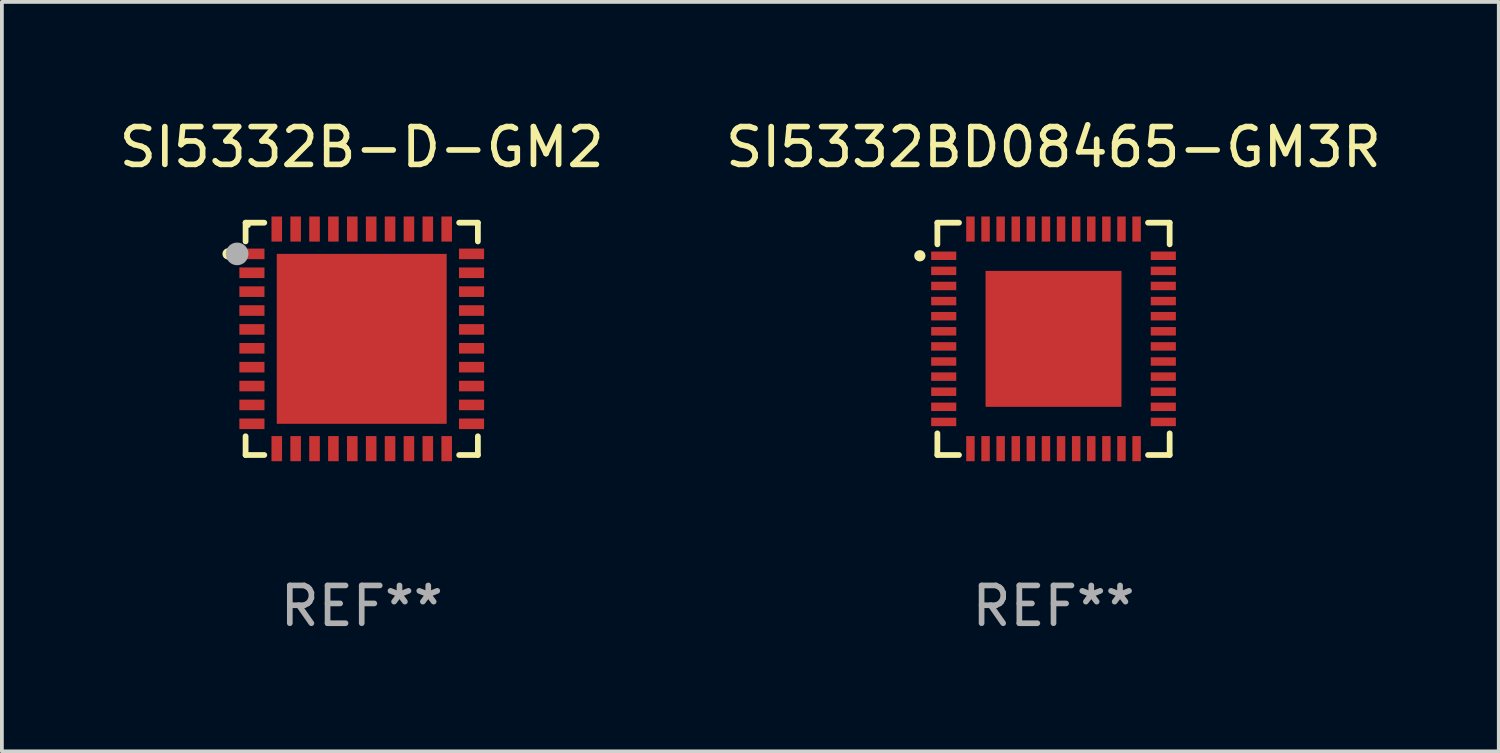
<source format=kicad_pcb>
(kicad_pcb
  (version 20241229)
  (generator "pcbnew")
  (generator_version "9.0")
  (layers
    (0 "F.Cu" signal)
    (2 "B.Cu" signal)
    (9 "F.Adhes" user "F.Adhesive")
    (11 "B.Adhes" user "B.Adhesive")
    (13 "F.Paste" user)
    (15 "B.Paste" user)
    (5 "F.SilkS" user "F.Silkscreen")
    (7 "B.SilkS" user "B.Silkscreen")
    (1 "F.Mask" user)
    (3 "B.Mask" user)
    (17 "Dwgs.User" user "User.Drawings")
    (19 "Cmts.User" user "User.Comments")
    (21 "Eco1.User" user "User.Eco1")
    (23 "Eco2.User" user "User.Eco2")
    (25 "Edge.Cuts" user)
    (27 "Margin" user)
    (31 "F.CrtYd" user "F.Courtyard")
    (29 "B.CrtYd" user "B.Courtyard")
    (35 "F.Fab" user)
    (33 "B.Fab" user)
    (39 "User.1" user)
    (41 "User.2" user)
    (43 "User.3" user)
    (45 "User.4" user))
  (footprint "SI5332BD08465-GM3R"
    (layer "F.Cu")
    (at 24.851 5.924)
    (property "Reference" "SI5332BD08465-GM3R" (at 0 -5.076 0) (layer "F.SilkS") (effects (font (size 1 1) (thickness 0.15))))
    (attr through_hole)
    (fp_line (start -3.076 -3.076) (end -3.076 -2.503) (stroke (width 0.152) (type solid)) (layer "F.SilkS"))
    (fp_line (start -3.076 3.076) (end -3.076 2.503) (stroke (width 0.152) (type solid)) (layer "F.SilkS"))
    (fp_line (start -2.503 -3.076) (end -3.076 -3.076) (stroke (width 0.152) (type solid)) (layer "F.SilkS"))
    (fp_line (start -2.503 3.076) (end -3.076 3.076) (stroke (width 0.152) (type solid)) (layer "F.SilkS"))
    (fp_line (start 2.503 -3.076) (end 3.076 -3.076) (stroke (width 0.152) (type solid)) (layer "F.SilkS"))
    (fp_line (start 2.503 3.076) (end 3.076 3.076) (stroke (width 0.152) (type solid)) (layer "F.SilkS"))
    (fp_line (start 3.076 -3.076) (end 3.076 -2.503) (stroke (width 0.152) (type solid)) (layer "F.SilkS"))
    (fp_line (start 3.076 3.076) (end 3.076 2.503) (stroke (width 0.152) (type solid)) (layer "F.SilkS"))
    (fp_circle (center -3.54 -2.2) (end -3.465 -2.2) (stroke (width 0.15) (type solid)) (fill no) (layer "F.SilkS"))
    (fp_text user "REF**" (at 0 7.076 0) (layer "F.Fab") (effects (font (size 1 1) (thickness 0.15))))
    (pad "1" smd rect (at -2.908 -2.2) (size 0.665 0.224) (layers "F.Cu" "F.Mask" "F.Paste"))
    (pad "2" smd rect (at -2.908 -1.8) (size 0.665 0.224) (layers "F.Cu" "F.Mask" "F.Paste"))
    (pad "3" smd rect (at -2.908 -1.4) (size 0.665 0.224) (layers "F.Cu" "F.Mask" "F.Paste"))
    (pad "4" smd rect (at -2.908 -1) (size 0.665 0.224) (layers "F.Cu" "F.Mask" "F.Paste"))
    (pad "5" smd rect (at -2.908 -0.6) (size 0.665 0.224) (layers "F.Cu" "F.Mask" "F.Paste"))
    (pad "6" smd rect (at -2.908 -0.2) (size 0.665 0.224) (layers "F.Cu" "F.Mask" "F.Paste"))
    (pad "7" smd rect (at -2.908 0.2) (size 0.665 0.224) (layers "F.Cu" "F.Mask" "F.Paste"))
    (pad "8" smd rect (at -2.908 0.6) (size 0.665 0.224) (layers "F.Cu" "F.Mask" "F.Paste"))
    (pad "9" smd rect (at -2.908 1) (size 0.665 0.224) (layers "F.Cu" "F.Mask" "F.Paste"))
    (pad "10" smd rect (at -2.908 1.4) (size 0.665 0.224) (layers "F.Cu" "F.Mask" "F.Paste"))
    (pad "11" smd rect (at -2.908 1.8) (size 0.665 0.224) (layers "F.Cu" "F.Mask" "F.Paste"))
    (pad "12" smd rect (at -2.908 2.2) (size 0.665 0.224) (layers "F.Cu" "F.Mask" "F.Paste"))
    (pad "13" smd rect (at -2.2 2.908) (size 0.224 0.665) (layers "F.Cu" "F.Mask" "F.Paste"))
    (pad "14" smd rect (at -1.8 2.908) (size 0.224 0.665) (layers "F.Cu" "F.Mask" "F.Paste"))
    (pad "15" smd rect (at -1.4 2.908) (size 0.224 0.665) (layers "F.Cu" "F.Mask" "F.Paste"))
    (pad "16" smd rect (at -1 2.908) (size 0.224 0.665) (layers "F.Cu" "F.Mask" "F.Paste"))
    (pad "17" smd rect (at -0.6 2.908) (size 0.224 0.665) (layers "F.Cu" "F.Mask" "F.Paste"))
    (pad "18" smd rect (at -0.2 2.908) (size 0.224 0.665) (layers "F.Cu" "F.Mask" "F.Paste"))
    (pad "19" smd rect (at 0.2 2.908) (size 0.224 0.665) (layers "F.Cu" "F.Mask" "F.Paste"))
    (pad "20" smd rect (at 0.6 2.908) (size 0.224 0.665) (layers "F.Cu" "F.Mask" "F.Paste"))
    (pad "21" smd rect (at 1 2.908) (size 0.224 0.665) (layers "F.Cu" "F.Mask" "F.Paste"))
    (pad "22" smd rect (at 1.4 2.908) (size 0.224 0.665) (layers "F.Cu" "F.Mask" "F.Paste"))
    (pad "23" smd rect (at 1.8 2.908) (size 0.224 0.665) (layers "F.Cu" "F.Mask" "F.Paste"))
    (pad "24" smd rect (at 2.2 2.908) (size 0.224 0.665) (layers "F.Cu" "F.Mask" "F.Paste"))
    (pad "25" smd rect (at 2.908 2.2) (size 0.665 0.224) (layers "F.Cu" "F.Mask" "F.Paste"))
    (pad "26" smd rect (at 2.908 1.8) (size 0.665 0.224) (layers "F.Cu" "F.Mask" "F.Paste"))
    (pad "27" smd rect (at 2.908 1.4) (size 0.665 0.224) (layers "F.Cu" "F.Mask" "F.Paste"))
    (pad "28" smd rect (at 2.908 1) (size 0.665 0.224) (layers "F.Cu" "F.Mask" "F.Paste"))
    (pad "29" smd rect (at 2.908 0.6) (size 0.665 0.224) (layers "F.Cu" "F.Mask" "F.Paste"))
    (pad "30" smd rect (at 2.908 0.2) (size 0.665 0.224) (layers "F.Cu" "F.Mask" "F.Paste"))
    (pad "31" smd rect (at 2.908 -0.2) (size 0.665 0.224) (layers "F.Cu" "F.Mask" "F.Paste"))
    (pad "32" smd rect (at 2.908 -0.6) (size 0.665 0.224) (layers "F.Cu" "F.Mask" "F.Paste"))
    (pad "33" smd rect (at 2.908 -1) (size 0.665 0.224) (layers "F.Cu" "F.Mask" "F.Paste"))
    (pad "34" smd rect (at 2.908 -1.4) (size 0.665 0.224) (layers "F.Cu" "F.Mask" "F.Paste"))
    (pad "35" smd rect (at 2.908 -1.8) (size 0.665 0.224) (layers "F.Cu" "F.Mask" "F.Paste"))
    (pad "36" smd rect (at 2.908 -2.2) (size 0.665 0.224) (layers "F.Cu" "F.Mask" "F.Paste"))
    (pad "37" smd rect (at 2.2 -2.908) (size 0.224 0.665) (layers "F.Cu" "F.Mask" "F.Paste"))
    (pad "38" smd rect (at 1.8 -2.908) (size 0.224 0.665) (layers "F.Cu" "F.Mask" "F.Paste"))
    (pad "39" smd rect (at 1.4 -2.908) (size 0.224 0.665) (layers "F.Cu" "F.Mask" "F.Paste"))
    (pad "40" smd rect (at 1 -2.908) (size 0.224 0.665) (layers "F.Cu" "F.Mask" "F.Paste"))
    (pad "41" smd rect (at 0.6 -2.908) (size 0.224 0.665) (layers "F.Cu" "F.Mask" "F.Paste"))
    (pad "42" smd rect (at 0.2 -2.908) (size 0.224 0.665) (layers "F.Cu" "F.Mask" "F.Paste"))
    (pad "43" smd rect (at -0.2 -2.908) (size 0.224 0.665) (layers "F.Cu" "F.Mask" "F.Paste"))
    (pad "44" smd rect (at -0.6 -2.908) (size 0.224 0.665) (layers "F.Cu" "F.Mask" "F.Paste"))
    (pad "45" smd rect (at -1 -2.908) (size 0.224 0.665) (layers "F.Cu" "F.Mask" "F.Paste"))
    (pad "46" smd rect (at -1.4 -2.908) (size 0.224 0.665) (layers "F.Cu" "F.Mask" "F.Paste"))
    (pad "47" smd rect (at -1.8 -2.908) (size 0.224 0.665) (layers "F.Cu" "F.Mask" "F.Paste"))
    (pad "48" smd rect (at -2.2 -2.908) (size 0.224 0.665) (layers "F.Cu" "F.Mask" "F.Paste"))
    (pad "49" smd rect (at 0 0) (size 3.6 3.6) (layers "F.Cu" "F.Mask" "F.Paste")))
  (footprint "SI5332B-D-GM2"
    (layer "F.Cu")
    (at 6.53 5.924)
    (property "Reference" "SI5332B-D-GM2" (at 0 -5.076 0) (layer "F.SilkS") (effects (font (size 1 1) (thickness 0.15))))
    (attr through_hole)
    (fp_line (start -3.076 -3.076) (end -3.076 -2.58) (stroke (width 0.152) (type solid)) (layer "F.SilkS"))
    (fp_line (start -3.076 3.076) (end -3.076 2.58) (stroke (width 0.152) (type solid)) (layer "F.SilkS"))
    (fp_line (start -2.58 -3.076) (end -3.076 -3.076) (stroke (width 0.152) (type solid)) (layer "F.SilkS"))
    (fp_line (start -2.58 3.076) (end -3.076 3.076) (stroke (width 0.152) (type solid)) (layer "F.SilkS"))
    (fp_line (start 2.58 -3.076) (end 3.076 -3.076) (stroke (width 0.152) (type solid)) (layer "F.SilkS"))
    (fp_line (start 2.58 3.076) (end 3.076 3.076) (stroke (width 0.152) (type solid)) (layer "F.SilkS"))
    (fp_line (start 3.076 -3.076) (end 3.076 -2.58) (stroke (width 0.152) (type solid)) (layer "F.SilkS"))
    (fp_line (start 3.076 3.076) (end 3.076 2.58) (stroke (width 0.152) (type solid)) (layer "F.SilkS"))
    (fp_circle (center -3.54 -2.25) (end -3.465 -2.25) (stroke (width 0.15) (type solid)) (fill no) (layer "F.SilkS"))
    (fp_circle (center -3 -3) (end -2.97 -3) (stroke (width 0.06) (type solid)) (fill no) (layer "F.SilkS"))
    (fp_circle (center -3.3 -2.25) (end -3.15 -2.25) (stroke (width 0.3) (type solid)) (fill no) (layer "F.Fab"))
    (fp_text user "REF**" (at 0 7.076 0) (layer "F.Fab") (effects (font (size 1 1) (thickness 0.15))))
    (pad "1" smd rect (at -2.908 -2.25) (size 0.665 0.28) (layers "F.Cu" "F.Mask" "F.Paste"))
    (pad "2" smd rect (at -2.908 -1.75) (size 0.665 0.28) (layers "F.Cu" "F.Mask" "F.Paste"))
    (pad "3" smd rect (at -2.908 -1.25) (size 0.665 0.28) (layers "F.Cu" "F.Mask" "F.Paste"))
    (pad "4" smd rect (at -2.908 -0.75) (size 0.665 0.28) (layers "F.Cu" "F.Mask" "F.Paste"))
    (pad "5" smd rect (at -2.908 -0.25) (size 0.665 0.28) (layers "F.Cu" "F.Mask" "F.Paste"))
    (pad "6" smd rect (at -2.908 0.25) (size 0.665 0.28) (layers "F.Cu" "F.Mask" "F.Paste"))
    (pad "7" smd rect (at -2.908 0.75) (size 0.665 0.28) (layers "F.Cu" "F.Mask" "F.Paste"))
    (pad "8" smd rect (at -2.908 1.25) (size 0.665 0.28) (layers "F.Cu" "F.Mask" "F.Paste"))
    (pad "9" smd rect (at -2.908 1.75) (size 0.665 0.28) (layers "F.Cu" "F.Mask" "F.Paste"))
    (pad "10" smd rect (at -2.908 2.25) (size 0.665 0.28) (layers "F.Cu" "F.Mask" "F.Paste"))
    (pad "11" smd rect (at -2.25 2.908) (size 0.28 0.665) (layers "F.Cu" "F.Mask" "F.Paste"))
    (pad "12" smd rect (at -1.75 2.908) (size 0.28 0.665) (layers "F.Cu" "F.Mask" "F.Paste"))
    (pad "13" smd rect (at -1.25 2.908) (size 0.28 0.665) (layers "F.Cu" "F.Mask" "F.Paste"))
    (pad "14" smd rect (at -0.75 2.908) (size 0.28 0.665) (layers "F.Cu" "F.Mask" "F.Paste"))
    (pad "15" smd rect (at -0.25 2.908) (size 0.28 0.665) (layers "F.Cu" "F.Mask" "F.Paste"))
    (pad "16" smd rect (at 0.25 2.908) (size 0.28 0.665) (layers "F.Cu" "F.Mask" "F.Paste"))
    (pad "17" smd rect (at 0.75 2.908) (size 0.28 0.665) (layers "F.Cu" "F.Mask" "F.Paste"))
    (pad "18" smd rect (at 1.25 2.908) (size 0.28 0.665) (layers "F.Cu" "F.Mask" "F.Paste"))
    (pad "19" smd rect (at 1.75 2.908) (size 0.28 0.665) (layers "F.Cu" "F.Mask" "F.Paste"))
    (pad "20" smd rect (at 2.25 2.908) (size 0.28 0.665) (layers "F.Cu" "F.Mask" "F.Paste"))
    (pad "21" smd rect (at 2.908 2.25) (size 0.665 0.28) (layers "F.Cu" "F.Mask" "F.Paste"))
    (pad "22" smd rect (at 2.908 1.75) (size 0.665 0.28) (layers "F.Cu" "F.Mask" "F.Paste"))
    (pad "23" smd rect (at 2.908 1.25) (size 0.665 0.28) (layers "F.Cu" "F.Mask" "F.Paste"))
    (pad "24" smd rect (at 2.908 0.75) (size 0.665 0.28) (layers "F.Cu" "F.Mask" "F.Paste"))
    (pad "25" smd rect (at 2.908 0.25) (size 0.665 0.28) (layers "F.Cu" "F.Mask" "F.Paste"))
    (pad "26" smd rect (at 2.908 -0.25) (size 0.665 0.28) (layers "F.Cu" "F.Mask" "F.Paste"))
    (pad "27" smd rect (at 2.908 -0.75) (size 0.665 0.28) (layers "F.Cu" "F.Mask" "F.Paste"))
    (pad "28" smd rect (at 2.908 -1.25) (size 0.665 0.28) (layers "F.Cu" "F.Mask" "F.Paste"))
    (pad "29" smd rect (at 2.908 -1.75) (size 0.665 0.28) (layers "F.Cu" "F.Mask" "F.Paste"))
    (pad "30" smd rect (at 2.908 -2.25) (size 0.665 0.28) (layers "F.Cu" "F.Mask" "F.Paste"))
    (pad "31" smd rect (at 2.25 -2.908) (size 0.28 0.665) (layers "F.Cu" "F.Mask" "F.Paste"))
    (pad "32" smd rect (at 1.75 -2.908) (size 0.28 0.665) (layers "F.Cu" "F.Mask" "F.Paste"))
    (pad "33" smd rect (at 1.25 -2.908) (size 0.28 0.665) (layers "F.Cu" "F.Mask" "F.Paste"))
    (pad "34" smd rect (at 0.75 -2.908) (size 0.28 0.665) (layers "F.Cu" "F.Mask" "F.Paste"))
    (pad "35" smd rect (at 0.25 -2.908) (size 0.28 0.665) (layers "F.Cu" "F.Mask" "F.Paste"))
    (pad "36" smd rect (at -0.25 -2.908) (size 0.28 0.665) (layers "F.Cu" "F.Mask" "F.Paste"))
    (pad "37" smd rect (at -0.75 -2.908) (size 0.28 0.665) (layers "F.Cu" "F.Mask" "F.Paste"))
    (pad "38" smd rect (at -1.25 -2.908) (size 0.28 0.665) (layers "F.Cu" "F.Mask" "F.Paste"))
    (pad "39" smd rect (at -1.75 -2.908) (size 0.28 0.665) (layers "F.Cu" "F.Mask" "F.Paste"))
    (pad "40" smd rect (at -2.25 -2.908) (size 0.28 0.665) (layers "F.Cu" "F.Mask" "F.Paste"))
    (pad "41" smd rect (at 0 0) (size 4.5 4.5) (layers "F.Cu" "F.Mask" "F.Paste")))
  (gr_rect
    (start -3 -3)
    (end 36.643 16.849)
    (stroke (width 0.1) (type default))
    (fill no)
    (layer "Edge.Cuts")))
</source>
